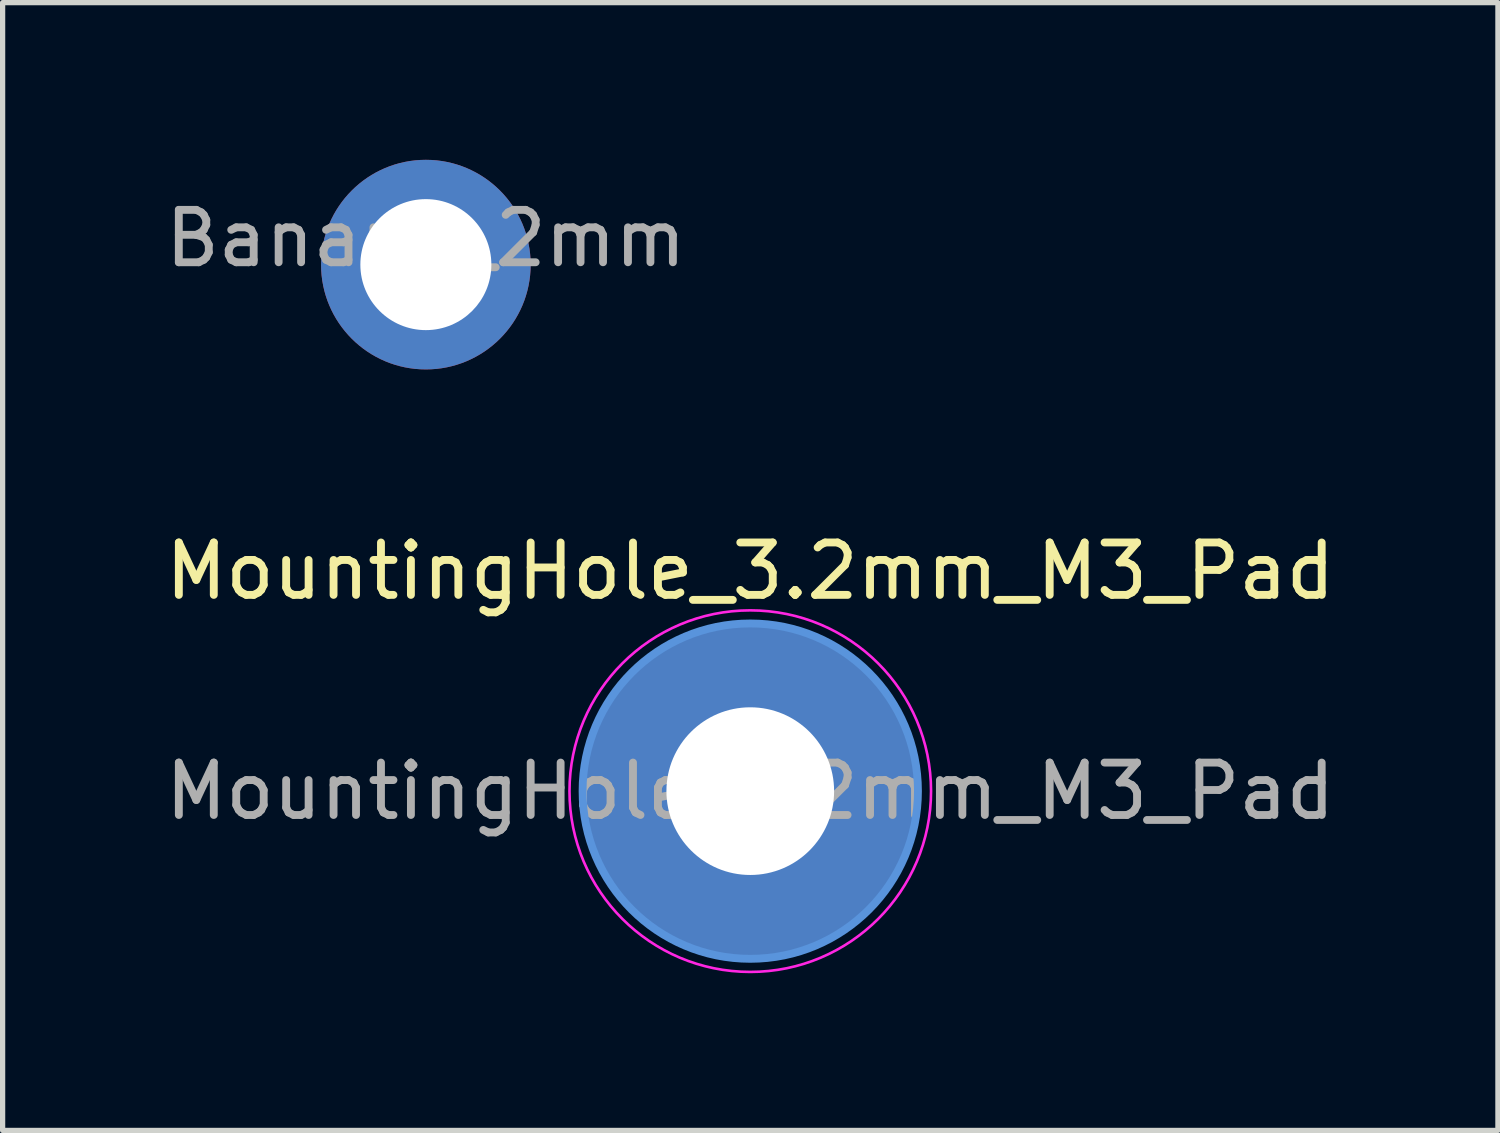
<source format=kicad_pcb>
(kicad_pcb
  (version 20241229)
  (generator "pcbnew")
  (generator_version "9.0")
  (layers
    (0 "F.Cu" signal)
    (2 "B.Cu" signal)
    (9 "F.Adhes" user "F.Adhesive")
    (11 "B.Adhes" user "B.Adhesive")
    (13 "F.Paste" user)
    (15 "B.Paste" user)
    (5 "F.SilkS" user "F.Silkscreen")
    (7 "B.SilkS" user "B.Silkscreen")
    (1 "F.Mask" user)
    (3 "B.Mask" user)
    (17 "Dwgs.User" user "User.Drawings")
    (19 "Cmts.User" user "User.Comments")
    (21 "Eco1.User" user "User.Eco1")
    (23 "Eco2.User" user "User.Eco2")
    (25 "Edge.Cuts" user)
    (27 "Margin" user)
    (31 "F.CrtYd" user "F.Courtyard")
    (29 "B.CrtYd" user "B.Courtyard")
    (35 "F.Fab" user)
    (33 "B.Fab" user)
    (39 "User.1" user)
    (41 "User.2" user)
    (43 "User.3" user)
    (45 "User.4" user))
  (footprint "MountingHole_3.2mm_M3_Pad"
    (layer "F.Cu")
    (at 11.268 12.048)
    (property "Reference" "MountingHole_3.2mm_M3_Pad" (at 0 -4.2 0) (layer "F.SilkS") (effects (font (size 1 1) (thickness 0.15))))
    (attr exclude_from_pos_files exclude_from_bom)
    (fp_circle (center 0 0) (end 3.2 0) (stroke (width 0.15) (type solid)) (fill no) (layer "Cmts.User"))
    (fp_circle (center 0 0) (end 3.45 0) (stroke (width 0.05) (type solid)) (fill no) (layer "F.CrtYd"))
    (fp_text user "${REFERENCE}" (at 0 0 0) (layer "F.Fab") (effects (font (size 1 1) (thickness 0.15))))
    (pad "1" thru_hole circle (at 0 0) (size 6.4 6.4) (drill 3.2) (layers "*.Cu" "*.Mask")))
  (footprint "Banana_2mm"
    (layer "F.Cu")
    (at 5.077 2)
    (property "Reference" "Banana_2mm" (at 0 -0.5 0) (unlocked yes) (layer "F.Fab") (effects (font (size 1 1) (thickness 0.15))))
    (attr smd)
    (pad "1" thru_hole circle (at 0 0) (size 4 4) (drill 2.5) (layers "*.Cu" "*.Mask")))
  (gr_rect
    (start -3 -3)
    (end 25.536 18.523)
    (stroke (width 0.1) (type default))
    (fill no)
    (layer "Edge.Cuts")))
</source>
